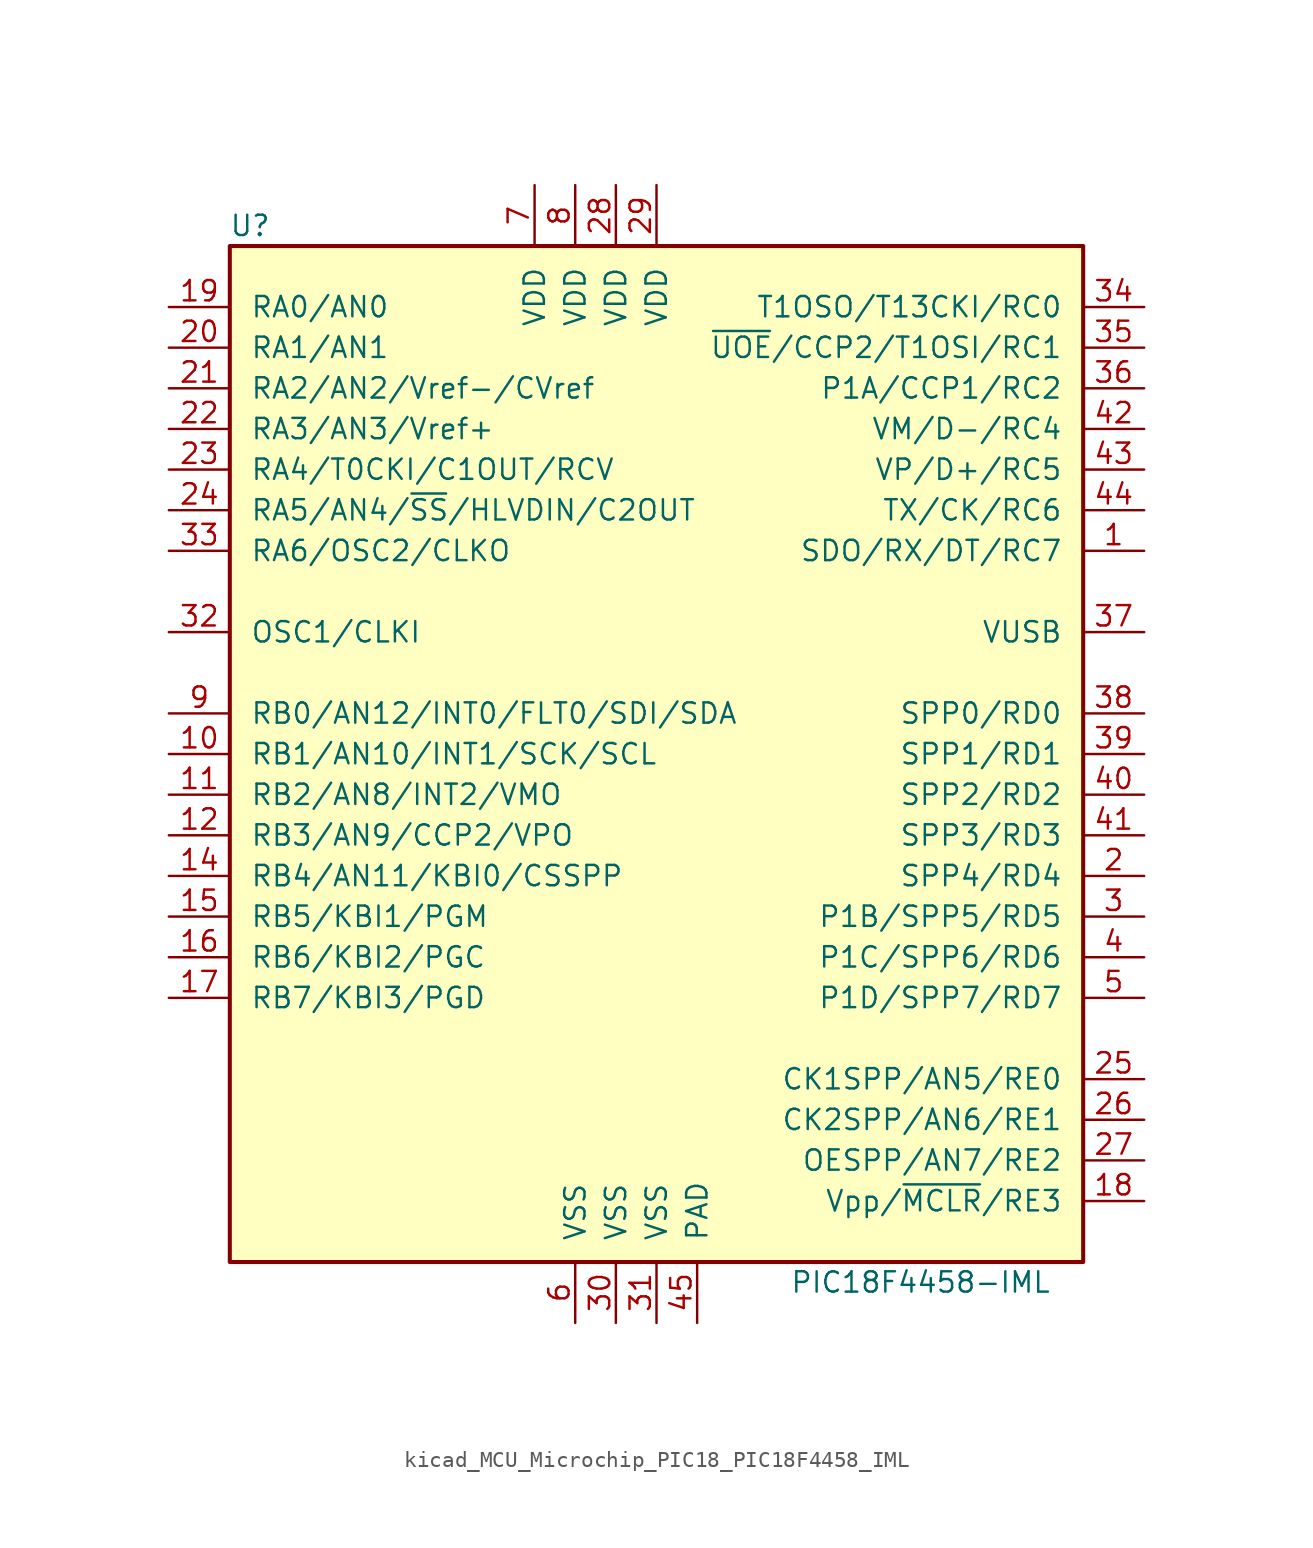
<source format=kicad_sym>
(kicad_symbol_lib
  (version 20220914)
  (generator kicad_symbol_editor)
  (symbol "kicad_MCU_Microchip_PIC18_PIC18F4458_IML"
    (pin_names
      (offset 1.27))
    (property "Reference" "U"
      (at -25.4 33.02 0)
      (effects (font (size 1.27 1.27))))
    (property "Value" "PIC18F4458-IML"
      (at 16.51 -33.02 0)
      (effects (font (size 1.27 1.27))))
    (symbol "kicad_MCU_Microchip_PIC18_PIC18F4458_IML_0_1"
      (rectangle (start -26.67 31.75) (end 26.67 -31.75) (stroke (width 0.254) (type default)) (fill (type background))))
    (symbol "kicad_MCU_Microchip_PIC18_PIC18F4458_IML_1_1"
      (pin bidirectional line (at 30.48 12.7 180) (length 3.81) (name "SDO/RX/DT/RC7" (effects (font (size 1.27 1.27)))) (number "1" (effects (font (size 1.27 1.27)))))
      (pin bidirectional line (at -30.48 0 0) (length 3.81) (name "RB1/AN10/INT1/SCK/SCL" (effects (font (size 1.27 1.27)))) (number "10" (effects (font (size 1.27 1.27)))))
      (pin bidirectional line (at -30.48 -2.54 0) (length 3.81) (name "RB2/AN8/INT2/VMO" (effects (font (size 1.27 1.27)))) (number "11" (effects (font (size 1.27 1.27)))))
      (pin bidirectional line (at -30.48 -5.08 0) (length 3.81) (name "RB3/AN9/CCP2/VPO" (effects (font (size 1.27 1.27)))) (number "12" (effects (font (size 1.27 1.27)))))
      (pin no_connect line (at -26.67 -27.94 0) (length 3.81) hide (name "NC" (effects (font (size 1.27 1.27)))) (number "13" (effects (font (size 1.27 1.27)))))
      (pin bidirectional line (at -30.48 -7.62 0) (length 3.81) (name "RB4/AN11/KBI0/CSSPP" (effects (font (size 1.27 1.27)))) (number "14" (effects (font (size 1.27 1.27)))))
      (pin bidirectional line (at -30.48 -10.16 0) (length 3.81) (name "RB5/KBI1/PGM" (effects (font (size 1.27 1.27)))) (number "15" (effects (font (size 1.27 1.27)))))
      (pin bidirectional line (at -30.48 -12.7 0) (length 3.81) (name "RB6/KBI2/PGC" (effects (font (size 1.27 1.27)))) (number "16" (effects (font (size 1.27 1.27)))))
      (pin bidirectional line (at -30.48 -15.24 0) (length 3.81) (name "RB7/KBI3/PGD" (effects (font (size 1.27 1.27)))) (number "17" (effects (font (size 1.27 1.27)))))
      (pin input line (at 30.48 -27.94 180) (length 3.81) (name "Vpp/~{MCLR}/RE3" (effects (font (size 1.27 1.27)))) (number "18" (effects (font (size 1.27 1.27)))))
      (pin bidirectional line (at -30.48 27.94 0) (length 3.81) (name "RA0/AN0" (effects (font (size 1.27 1.27)))) (number "19" (effects (font (size 1.27 1.27)))))
      (pin bidirectional line (at 30.48 -7.62 180) (length 3.81) (name "SPP4/RD4" (effects (font (size 1.27 1.27)))) (number "2" (effects (font (size 1.27 1.27)))))
      (pin bidirectional line (at -30.48 25.4 0) (length 3.81) (name "RA1/AN1" (effects (font (size 1.27 1.27)))) (number "20" (effects (font (size 1.27 1.27)))))
      (pin bidirectional line (at -30.48 22.86 0) (length 3.81) (name "RA2/AN2/Vref-/CVref" (effects (font (size 1.27 1.27)))) (number "21" (effects (font (size 1.27 1.27)))))
      (pin bidirectional line (at -30.48 20.32 0) (length 3.81) (name "RA3/AN3/Vref+" (effects (font (size 1.27 1.27)))) (number "22" (effects (font (size 1.27 1.27)))))
      (pin bidirectional line (at -30.48 17.78 0) (length 3.81) (name "RA4/T0CKI/C1OUT/RCV" (effects (font (size 1.27 1.27)))) (number "23" (effects (font (size 1.27 1.27)))))
      (pin bidirectional line (at -30.48 15.24 0) (length 3.81) (name "RA5/AN4/~{SS}/HLVDIN/C2OUT" (effects (font (size 1.27 1.27)))) (number "24" (effects (font (size 1.27 1.27)))))
      (pin bidirectional line (at 30.48 -20.32 180) (length 3.81) (name "CK1SPP/AN5/RE0" (effects (font (size 1.27 1.27)))) (number "25" (effects (font (size 1.27 1.27)))))
      (pin bidirectional line (at 30.48 -22.86 180) (length 3.81) (name "CK2SPP/AN6/RE1" (effects (font (size 1.27 1.27)))) (number "26" (effects (font (size 1.27 1.27)))))
      (pin bidirectional line (at 30.48 -25.4 180) (length 3.81) (name "OESPP/AN7/RE2" (effects (font (size 1.27 1.27)))) (number "27" (effects (font (size 1.27 1.27)))))
      (pin power_in line (at -2.54 35.56 270) (length 3.81) (name "VDD" (effects (font (size 1.27 1.27)))) (number "28" (effects (font (size 1.27 1.27)))))
      (pin power_in line (at 0 35.56 270) (length 3.81) (name "VDD" (effects (font (size 1.27 1.27)))) (number "29" (effects (font (size 1.27 1.27)))))
      (pin bidirectional line (at 30.48 -10.16 180) (length 3.81) (name "P1B/SPP5/RD5" (effects (font (size 1.27 1.27)))) (number "3" (effects (font (size 1.27 1.27)))))
      (pin power_in line (at -2.54 -35.56 90) (length 3.81) (name "VSS" (effects (font (size 1.27 1.27)))) (number "30" (effects (font (size 1.27 1.27)))))
      (pin power_in line (at 0 -35.56 90) (length 3.81) (name "VSS" (effects (font (size 1.27 1.27)))) (number "31" (effects (font (size 1.27 1.27)))))
      (pin input line (at -30.48 7.62 0) (length 3.81) (name "OSC1/CLKI" (effects (font (size 1.27 1.27)))) (number "32" (effects (font (size 1.27 1.27)))))
      (pin bidirectional line (at -30.48 12.7 0) (length 3.81) (name "RA6/OSC2/CLKO" (effects (font (size 1.27 1.27)))) (number "33" (effects (font (size 1.27 1.27)))))
      (pin bidirectional line (at 30.48 27.94 180) (length 3.81) (name "T1OSO/T13CKI/RC0" (effects (font (size 1.27 1.27)))) (number "34" (effects (font (size 1.27 1.27)))))
      (pin bidirectional line (at 30.48 25.4 180) (length 3.81) (name "~{UOE}/CCP2/T1OSI/RC1" (effects (font (size 1.27 1.27)))) (number "35" (effects (font (size 1.27 1.27)))))
      (pin bidirectional line (at 30.48 22.86 180) (length 3.81) (name "P1A/CCP1/RC2" (effects (font (size 1.27 1.27)))) (number "36" (effects (font (size 1.27 1.27)))))
      (pin bidirectional line (at 30.48 7.62 180) (length 3.81) (name "VUSB" (effects (font (size 1.27 1.27)))) (number "37" (effects (font (size 1.27 1.27)))))
      (pin bidirectional line (at 30.48 2.54 180) (length 3.81) (name "SPP0/RD0" (effects (font (size 1.27 1.27)))) (number "38" (effects (font (size 1.27 1.27)))))
      (pin bidirectional line (at 30.48 0 180) (length 3.81) (name "SPP1/RD1" (effects (font (size 1.27 1.27)))) (number "39" (effects (font (size 1.27 1.27)))))
      (pin bidirectional line (at 30.48 -12.7 180) (length 3.81) (name "P1C/SPP6/RD6" (effects (font (size 1.27 1.27)))) (number "4" (effects (font (size 1.27 1.27)))))
      (pin bidirectional line (at 30.48 -2.54 180) (length 3.81) (name "SPP2/RD2" (effects (font (size 1.27 1.27)))) (number "40" (effects (font (size 1.27 1.27)))))
      (pin bidirectional line (at 30.48 -5.08 180) (length 3.81) (name "SPP3/RD3" (effects (font (size 1.27 1.27)))) (number "41" (effects (font (size 1.27 1.27)))))
      (pin bidirectional line (at 30.48 20.32 180) (length 3.81) (name "VM/D-/RC4" (effects (font (size 1.27 1.27)))) (number "42" (effects (font (size 1.27 1.27)))))
      (pin bidirectional line (at 30.48 17.78 180) (length 3.81) (name "VP/D+/RC5" (effects (font (size 1.27 1.27)))) (number "43" (effects (font (size 1.27 1.27)))))
      (pin bidirectional line (at 30.48 15.24 180) (length 3.81) (name "TX/CK/RC6" (effects (font (size 1.27 1.27)))) (number "44" (effects (font (size 1.27 1.27)))))
      (pin power_in line (at 2.54 -35.56 90) (length 3.81) (name "PAD" (effects (font (size 1.27 1.27)))) (number "45" (effects (font (size 1.27 1.27)))))
      (pin bidirectional line (at 30.48 -15.24 180) (length 3.81) (name "P1D/SPP7/RD7" (effects (font (size 1.27 1.27)))) (number "5" (effects (font (size 1.27 1.27)))))
      (pin power_in line (at -5.08 -35.56 90) (length 3.81) (name "VSS" (effects (font (size 1.27 1.27)))) (number "6" (effects (font (size 1.27 1.27)))))
      (pin power_in line (at -7.62 35.56 270) (length 3.81) (name "VDD" (effects (font (size 1.27 1.27)))) (number "7" (effects (font (size 1.27 1.27)))))
      (pin power_in line (at -5.08 35.56 270) (length 3.81) (name "VDD" (effects (font (size 1.27 1.27)))) (number "8" (effects (font (size 1.27 1.27)))))
      (pin bidirectional line (at -30.48 2.54 0) (length 3.81) (name "RB0/AN12/INT0/FLT0/SDI/SDA" (effects (font (size 1.27 1.27)))) (number "9" (effects (font (size 1.27 1.27))))))))
</source>
